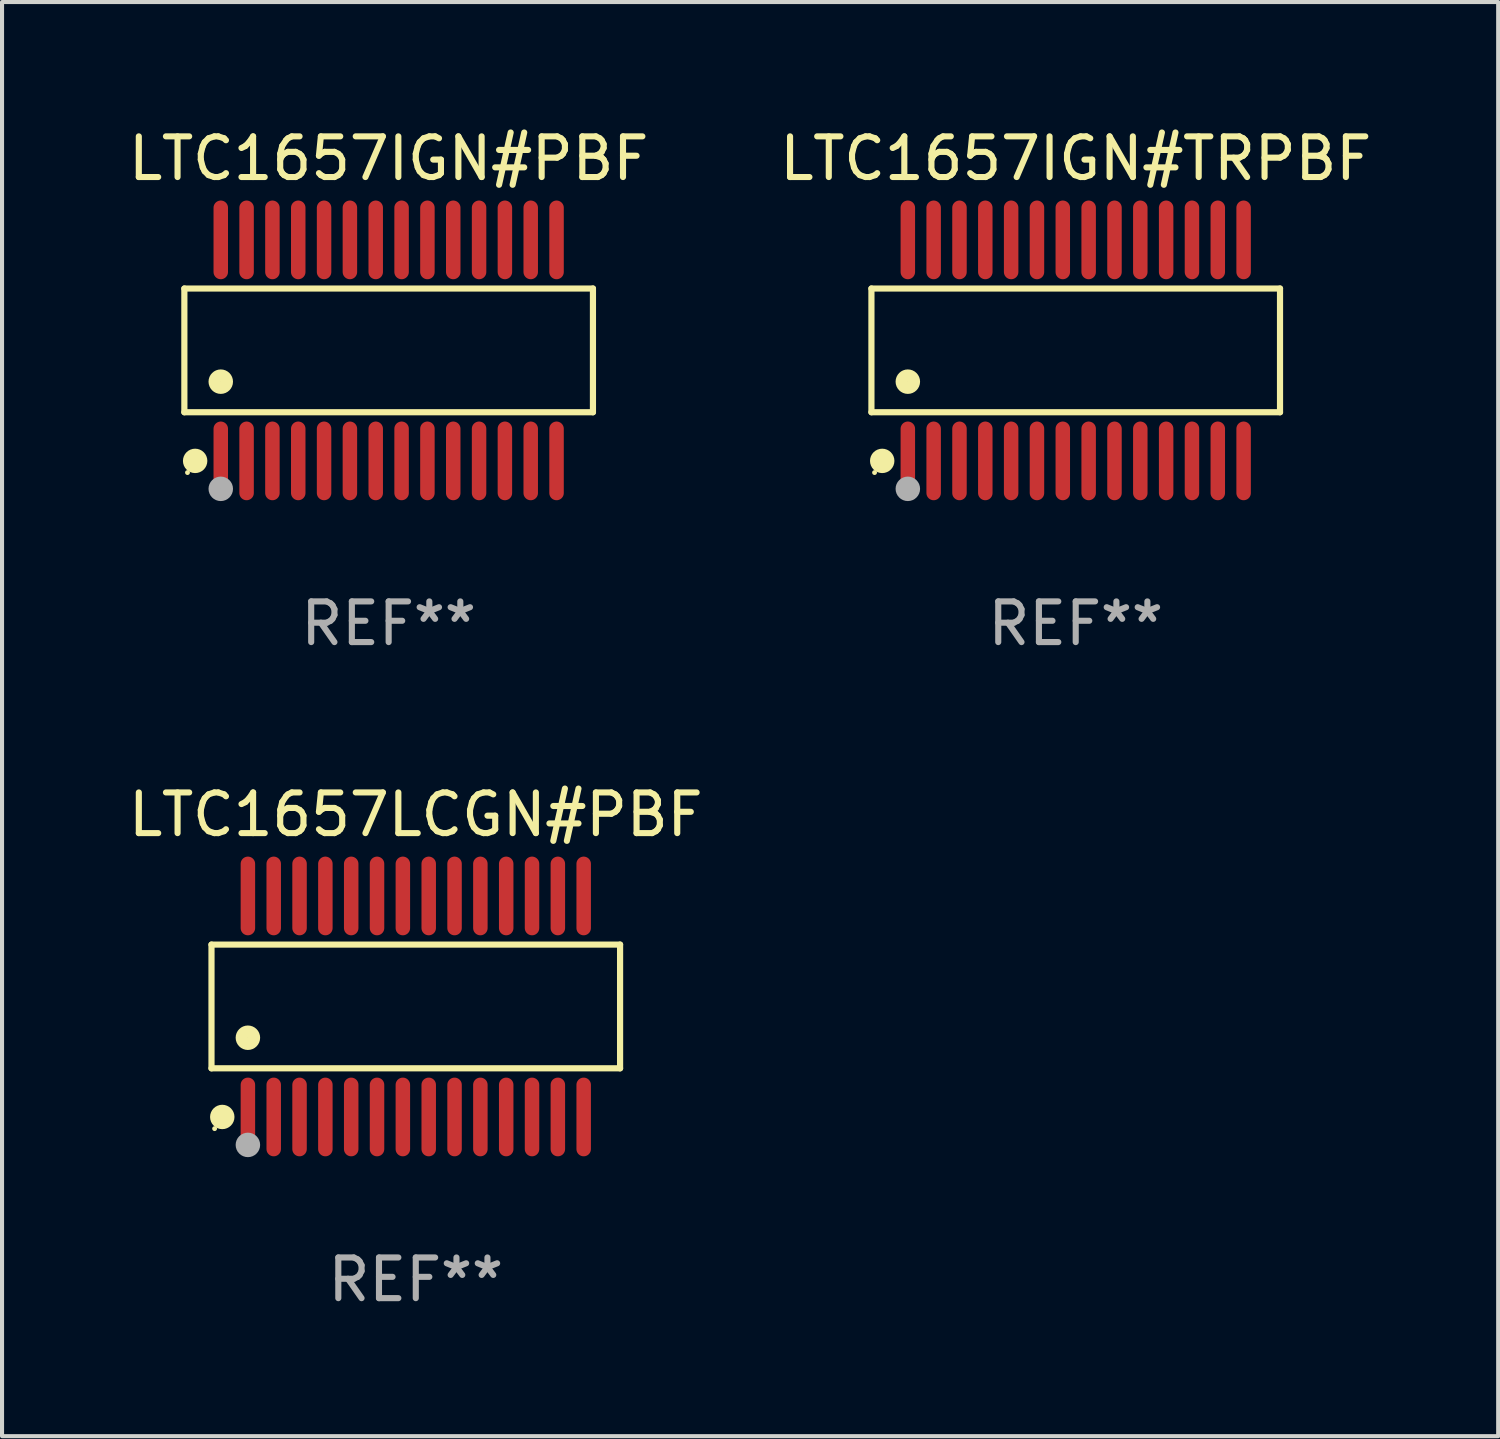
<source format=kicad_pcb>
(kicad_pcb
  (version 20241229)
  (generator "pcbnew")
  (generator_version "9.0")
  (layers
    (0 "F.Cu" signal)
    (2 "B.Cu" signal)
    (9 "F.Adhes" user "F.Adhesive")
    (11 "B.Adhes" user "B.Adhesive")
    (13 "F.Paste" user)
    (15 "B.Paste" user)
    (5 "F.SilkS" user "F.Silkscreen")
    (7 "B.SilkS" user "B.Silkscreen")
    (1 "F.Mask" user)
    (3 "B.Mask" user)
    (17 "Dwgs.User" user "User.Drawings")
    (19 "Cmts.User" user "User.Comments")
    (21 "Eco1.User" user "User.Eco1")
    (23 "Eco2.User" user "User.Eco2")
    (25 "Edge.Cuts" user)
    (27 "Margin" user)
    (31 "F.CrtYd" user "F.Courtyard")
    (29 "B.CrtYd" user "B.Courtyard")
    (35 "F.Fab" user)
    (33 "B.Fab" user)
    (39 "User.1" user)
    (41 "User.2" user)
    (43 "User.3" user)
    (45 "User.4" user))
  (footprint "LTC1657LCGN#PBF"
    (layer "F.Cu")
    (at 7.173 21.696)
    (property "Reference" "LTC1657LCGN#PBF" (at 0 -4.717 0) (layer "F.SilkS") (effects (font (size 1 1) (thickness 0.15))))
    (attr through_hole)
    (fp_line (start -5.023 -1.521) (end 5.023 -1.521) (stroke (width 0.152) (type solid)) (layer "F.SilkS"))
    (fp_line (start -5.023 1.521) (end -5.023 -1.521) (stroke (width 0.152) (type solid)) (layer "F.SilkS"))
    (fp_line (start 5.023 -1.521) (end 5.023 1.521) (stroke (width 0.152) (type solid)) (layer "F.SilkS"))
    (fp_line (start 5.023 1.521) (end -5.023 1.521) (stroke (width 0.152) (type solid)) (layer "F.SilkS"))
    (fp_circle (center -4.946 3.004) (end -4.916 3.004) (stroke (width 0.06) (type solid)) (fill no) (layer "F.SilkS"))
    (fp_circle (center -4.758 2.717) (end -4.608 2.717) (stroke (width 0.3) (type solid)) (fill no) (layer "F.SilkS"))
    (fp_circle (center -4.128 0.769) (end -3.977 0.769) (stroke (width 0.3) (type solid)) (fill no) (layer "F.SilkS"))
    (fp_circle (center -4.128 3.404) (end -3.977 3.404) (stroke (width 0.3) (type solid)) (fill no) (layer "F.Fab"))
    (fp_text user "REF**" (at 0 6.717 0) (layer "F.Fab") (effects (font (size 1 1) (thickness 0.15))))
    (pad "1" smd oval (at -4.128 2.717) (size 0.356 1.935) (layers "F.Cu" "F.Mask" "F.Paste"))
    (pad "2" smd oval (at -3.493 2.717) (size 0.356 1.935) (layers "F.Cu" "F.Mask" "F.Paste"))
    (pad "3" smd oval (at -2.858 2.717) (size 0.356 1.935) (layers "F.Cu" "F.Mask" "F.Paste"))
    (pad "4" smd oval (at -2.223 2.717) (size 0.356 1.935) (layers "F.Cu" "F.Mask" "F.Paste"))
    (pad "5" smd oval (at -1.588 2.717) (size 0.356 1.935) (layers "F.Cu" "F.Mask" "F.Paste"))
    (pad "6" smd oval (at -0.953 2.717) (size 0.356 1.935) (layers "F.Cu" "F.Mask" "F.Paste"))
    (pad "7" smd oval (at -0.318 2.717) (size 0.356 1.935) (layers "F.Cu" "F.Mask" "F.Paste"))
    (pad "8" smd oval (at 0.318 2.717) (size 0.356 1.935) (layers "F.Cu" "F.Mask" "F.Paste"))
    (pad "9" smd oval (at 0.953 2.717) (size 0.356 1.935) (layers "F.Cu" "F.Mask" "F.Paste"))
    (pad "10" smd oval (at 1.588 2.717) (size 0.356 1.935) (layers "F.Cu" "F.Mask" "F.Paste"))
    (pad "11" smd oval (at 2.223 2.717) (size 0.356 1.935) (layers "F.Cu" "F.Mask" "F.Paste"))
    (pad "12" smd oval (at 2.858 2.717) (size 0.356 1.935) (layers "F.Cu" "F.Mask" "F.Paste"))
    (pad "13" smd oval (at 3.493 2.717) (size 0.356 1.935) (layers "F.Cu" "F.Mask" "F.Paste"))
    (pad "14" smd oval (at 4.128 2.717) (size 0.356 1.935) (layers "F.Cu" "F.Mask" "F.Paste"))
    (pad "15" smd oval (at 4.128 -2.717) (size 0.356 1.935) (layers "F.Cu" "F.Mask" "F.Paste"))
    (pad "16" smd oval (at 3.493 -2.717) (size 0.356 1.935) (layers "F.Cu" "F.Mask" "F.Paste"))
    (pad "17" smd oval (at 2.858 -2.717) (size 0.356 1.935) (layers "F.Cu" "F.Mask" "F.Paste"))
    (pad "18" smd oval (at 2.223 -2.717) (size 0.356 1.935) (layers "F.Cu" "F.Mask" "F.Paste"))
    (pad "19" smd oval (at 1.588 -2.717) (size 0.356 1.935) (layers "F.Cu" "F.Mask" "F.Paste"))
    (pad "20" smd oval (at 0.953 -2.717) (size 0.356 1.935) (layers "F.Cu" "F.Mask" "F.Paste"))
    (pad "21" smd oval (at 0.318 -2.717) (size 0.356 1.935) (layers "F.Cu" "F.Mask" "F.Paste"))
    (pad "22" smd oval (at -0.318 -2.717) (size 0.356 1.935) (layers "F.Cu" "F.Mask" "F.Paste"))
    (pad "23" smd oval (at -0.953 -2.717) (size 0.356 1.935) (layers "F.Cu" "F.Mask" "F.Paste"))
    (pad "24" smd oval (at -1.588 -2.717) (size 0.356 1.935) (layers "F.Cu" "F.Mask" "F.Paste"))
    (pad "25" smd oval (at -2.223 -2.717) (size 0.356 1.935) (layers "F.Cu" "F.Mask" "F.Paste"))
    (pad "26" smd oval (at -2.858 -2.717) (size 0.356 1.935) (layers "F.Cu" "F.Mask" "F.Paste"))
    (pad "27" smd oval (at -3.493 -2.717) (size 0.356 1.935) (layers "F.Cu" "F.Mask" "F.Paste"))
    (pad "28" smd oval (at -4.128 -2.717) (size 0.356 1.935) (layers "F.Cu" "F.Mask" "F.Paste")))
  (footprint "LTC1657IGN#PBF"
    (layer "F.Cu")
    (at 6.506 5.565)
    (property "Reference" "LTC1657IGN#PBF" (at 0 -4.717 0) (layer "F.SilkS") (effects (font (size 1 1) (thickness 0.15))))
    (attr through_hole)
    (fp_line (start -5.023 -1.521) (end 5.023 -1.521) (stroke (width 0.152) (type solid)) (layer "F.SilkS"))
    (fp_line (start -5.023 1.521) (end -5.023 -1.521) (stroke (width 0.152) (type solid)) (layer "F.SilkS"))
    (fp_line (start 5.023 -1.521) (end 5.023 1.521) (stroke (width 0.152) (type solid)) (layer "F.SilkS"))
    (fp_line (start 5.023 1.521) (end -5.023 1.521) (stroke (width 0.152) (type solid)) (layer "F.SilkS"))
    (fp_circle (center -4.946 3.004) (end -4.916 3.004) (stroke (width 0.06) (type solid)) (fill no) (layer "F.SilkS"))
    (fp_circle (center -4.758 2.717) (end -4.608 2.717) (stroke (width 0.3) (type solid)) (fill no) (layer "F.SilkS"))
    (fp_circle (center -4.128 0.769) (end -3.977 0.769) (stroke (width 0.3) (type solid)) (fill no) (layer "F.SilkS"))
    (fp_circle (center -4.128 3.404) (end -3.977 3.404) (stroke (width 0.3) (type solid)) (fill no) (layer "F.Fab"))
    (fp_text user "REF**" (at 0 6.717 0) (layer "F.Fab") (effects (font (size 1 1) (thickness 0.15))))
    (pad "1" smd oval (at -4.128 2.717) (size 0.356 1.935) (layers "F.Cu" "F.Mask" "F.Paste"))
    (pad "2" smd oval (at -3.493 2.717) (size 0.356 1.935) (layers "F.Cu" "F.Mask" "F.Paste"))
    (pad "3" smd oval (at -2.858 2.717) (size 0.356 1.935) (layers "F.Cu" "F.Mask" "F.Paste"))
    (pad "4" smd oval (at -2.223 2.717) (size 0.356 1.935) (layers "F.Cu" "F.Mask" "F.Paste"))
    (pad "5" smd oval (at -1.588 2.717) (size 0.356 1.935) (layers "F.Cu" "F.Mask" "F.Paste"))
    (pad "6" smd oval (at -0.953 2.717) (size 0.356 1.935) (layers "F.Cu" "F.Mask" "F.Paste"))
    (pad "7" smd oval (at -0.318 2.717) (size 0.356 1.935) (layers "F.Cu" "F.Mask" "F.Paste"))
    (pad "8" smd oval (at 0.318 2.717) (size 0.356 1.935) (layers "F.Cu" "F.Mask" "F.Paste"))
    (pad "9" smd oval (at 0.953 2.717) (size 0.356 1.935) (layers "F.Cu" "F.Mask" "F.Paste"))
    (pad "10" smd oval (at 1.588 2.717) (size 0.356 1.935) (layers "F.Cu" "F.Mask" "F.Paste"))
    (pad "11" smd oval (at 2.223 2.717) (size 0.356 1.935) (layers "F.Cu" "F.Mask" "F.Paste"))
    (pad "12" smd oval (at 2.858 2.717) (size 0.356 1.935) (layers "F.Cu" "F.Mask" "F.Paste"))
    (pad "13" smd oval (at 3.493 2.717) (size 0.356 1.935) (layers "F.Cu" "F.Mask" "F.Paste"))
    (pad "14" smd oval (at 4.128 2.717) (size 0.356 1.935) (layers "F.Cu" "F.Mask" "F.Paste"))
    (pad "15" smd oval (at 4.128 -2.717) (size 0.356 1.935) (layers "F.Cu" "F.Mask" "F.Paste"))
    (pad "16" smd oval (at 3.493 -2.717) (size 0.356 1.935) (layers "F.Cu" "F.Mask" "F.Paste"))
    (pad "17" smd oval (at 2.858 -2.717) (size 0.356 1.935) (layers "F.Cu" "F.Mask" "F.Paste"))
    (pad "18" smd oval (at 2.223 -2.717) (size 0.356 1.935) (layers "F.Cu" "F.Mask" "F.Paste"))
    (pad "19" smd oval (at 1.588 -2.717) (size 0.356 1.935) (layers "F.Cu" "F.Mask" "F.Paste"))
    (pad "20" smd oval (at 0.953 -2.717) (size 0.356 1.935) (layers "F.Cu" "F.Mask" "F.Paste"))
    (pad "21" smd oval (at 0.318 -2.717) (size 0.356 1.935) (layers "F.Cu" "F.Mask" "F.Paste"))
    (pad "22" smd oval (at -0.318 -2.717) (size 0.356 1.935) (layers "F.Cu" "F.Mask" "F.Paste"))
    (pad "23" smd oval (at -0.953 -2.717) (size 0.356 1.935) (layers "F.Cu" "F.Mask" "F.Paste"))
    (pad "24" smd oval (at -1.588 -2.717) (size 0.356 1.935) (layers "F.Cu" "F.Mask" "F.Paste"))
    (pad "25" smd oval (at -2.223 -2.717) (size 0.356 1.935) (layers "F.Cu" "F.Mask" "F.Paste"))
    (pad "26" smd oval (at -2.858 -2.717) (size 0.356 1.935) (layers "F.Cu" "F.Mask" "F.Paste"))
    (pad "27" smd oval (at -3.493 -2.717) (size 0.356 1.935) (layers "F.Cu" "F.Mask" "F.Paste"))
    (pad "28" smd oval (at -4.128 -2.717) (size 0.356 1.935) (layers "F.Cu" "F.Mask" "F.Paste")))
  (footprint "LTC1657IGN#TRPBF"
    (layer "F.Cu")
    (at 23.399 5.565)
    (property "Reference" "LTC1657IGN#TRPBF" (at 0 -4.717 0) (layer "F.SilkS") (effects (font (size 1 1) (thickness 0.15))))
    (attr through_hole)
    (fp_line (start -5.023 -1.521) (end 5.023 -1.521) (stroke (width 0.152) (type solid)) (layer "F.SilkS"))
    (fp_line (start -5.023 1.521) (end -5.023 -1.521) (stroke (width 0.152) (type solid)) (layer "F.SilkS"))
    (fp_line (start 5.023 -1.521) (end 5.023 1.521) (stroke (width 0.152) (type solid)) (layer "F.SilkS"))
    (fp_line (start 5.023 1.521) (end -5.023 1.521) (stroke (width 0.152) (type solid)) (layer "F.SilkS"))
    (fp_circle (center -4.946 3.004) (end -4.916 3.004) (stroke (width 0.06) (type solid)) (fill no) (layer "F.SilkS"))
    (fp_circle (center -4.758 2.717) (end -4.608 2.717) (stroke (width 0.3) (type solid)) (fill no) (layer "F.SilkS"))
    (fp_circle (center -4.128 0.769) (end -3.977 0.769) (stroke (width 0.3) (type solid)) (fill no) (layer "F.SilkS"))
    (fp_circle (center -4.128 3.404) (end -3.977 3.404) (stroke (width 0.3) (type solid)) (fill no) (layer "F.Fab"))
    (fp_text user "REF**" (at 0 6.717 0) (layer "F.Fab") (effects (font (size 1 1) (thickness 0.15))))
    (pad "1" smd oval (at -4.128 2.717) (size 0.356 1.935) (layers "F.Cu" "F.Mask" "F.Paste"))
    (pad "2" smd oval (at -3.493 2.717) (size 0.356 1.935) (layers "F.Cu" "F.Mask" "F.Paste"))
    (pad "3" smd oval (at -2.858 2.717) (size 0.356 1.935) (layers "F.Cu" "F.Mask" "F.Paste"))
    (pad "4" smd oval (at -2.223 2.717) (size 0.356 1.935) (layers "F.Cu" "F.Mask" "F.Paste"))
    (pad "5" smd oval (at -1.588 2.717) (size 0.356 1.935) (layers "F.Cu" "F.Mask" "F.Paste"))
    (pad "6" smd oval (at -0.953 2.717) (size 0.356 1.935) (layers "F.Cu" "F.Mask" "F.Paste"))
    (pad "7" smd oval (at -0.318 2.717) (size 0.356 1.935) (layers "F.Cu" "F.Mask" "F.Paste"))
    (pad "8" smd oval (at 0.318 2.717) (size 0.356 1.935) (layers "F.Cu" "F.Mask" "F.Paste"))
    (pad "9" smd oval (at 0.953 2.717) (size 0.356 1.935) (layers "F.Cu" "F.Mask" "F.Paste"))
    (pad "10" smd oval (at 1.588 2.717) (size 0.356 1.935) (layers "F.Cu" "F.Mask" "F.Paste"))
    (pad "11" smd oval (at 2.223 2.717) (size 0.356 1.935) (layers "F.Cu" "F.Mask" "F.Paste"))
    (pad "12" smd oval (at 2.858 2.717) (size 0.356 1.935) (layers "F.Cu" "F.Mask" "F.Paste"))
    (pad "13" smd oval (at 3.493 2.717) (size 0.356 1.935) (layers "F.Cu" "F.Mask" "F.Paste"))
    (pad "14" smd oval (at 4.128 2.717) (size 0.356 1.935) (layers "F.Cu" "F.Mask" "F.Paste"))
    (pad "15" smd oval (at 4.128 -2.717) (size 0.356 1.935) (layers "F.Cu" "F.Mask" "F.Paste"))
    (pad "16" smd oval (at 3.493 -2.717) (size 0.356 1.935) (layers "F.Cu" "F.Mask" "F.Paste"))
    (pad "17" smd oval (at 2.858 -2.717) (size 0.356 1.935) (layers "F.Cu" "F.Mask" "F.Paste"))
    (pad "18" smd oval (at 2.223 -2.717) (size 0.356 1.935) (layers "F.Cu" "F.Mask" "F.Paste"))
    (pad "19" smd oval (at 1.588 -2.717) (size 0.356 1.935) (layers "F.Cu" "F.Mask" "F.Paste"))
    (pad "20" smd oval (at 0.953 -2.717) (size 0.356 1.935) (layers "F.Cu" "F.Mask" "F.Paste"))
    (pad "21" smd oval (at 0.318 -2.717) (size 0.356 1.935) (layers "F.Cu" "F.Mask" "F.Paste"))
    (pad "22" smd oval (at -0.318 -2.717) (size 0.356 1.935) (layers "F.Cu" "F.Mask" "F.Paste"))
    (pad "23" smd oval (at -0.953 -2.717) (size 0.356 1.935) (layers "F.Cu" "F.Mask" "F.Paste"))
    (pad "24" smd oval (at -1.588 -2.717) (size 0.356 1.935) (layers "F.Cu" "F.Mask" "F.Paste"))
    (pad "25" smd oval (at -2.223 -2.717) (size 0.356 1.935) (layers "F.Cu" "F.Mask" "F.Paste"))
    (pad "26" smd oval (at -2.858 -2.717) (size 0.356 1.935) (layers "F.Cu" "F.Mask" "F.Paste"))
    (pad "27" smd oval (at -3.493 -2.717) (size 0.356 1.935) (layers "F.Cu" "F.Mask" "F.Paste"))
    (pad "28" smd oval (at -4.128 -2.717) (size 0.356 1.935) (layers "F.Cu" "F.Mask" "F.Paste")))
  (gr_rect
    (start -3 -3)
    (end 33.786 32.261)
    (stroke (width 0.1) (type default))
    (fill no)
    (layer "Edge.Cuts")))
</source>
